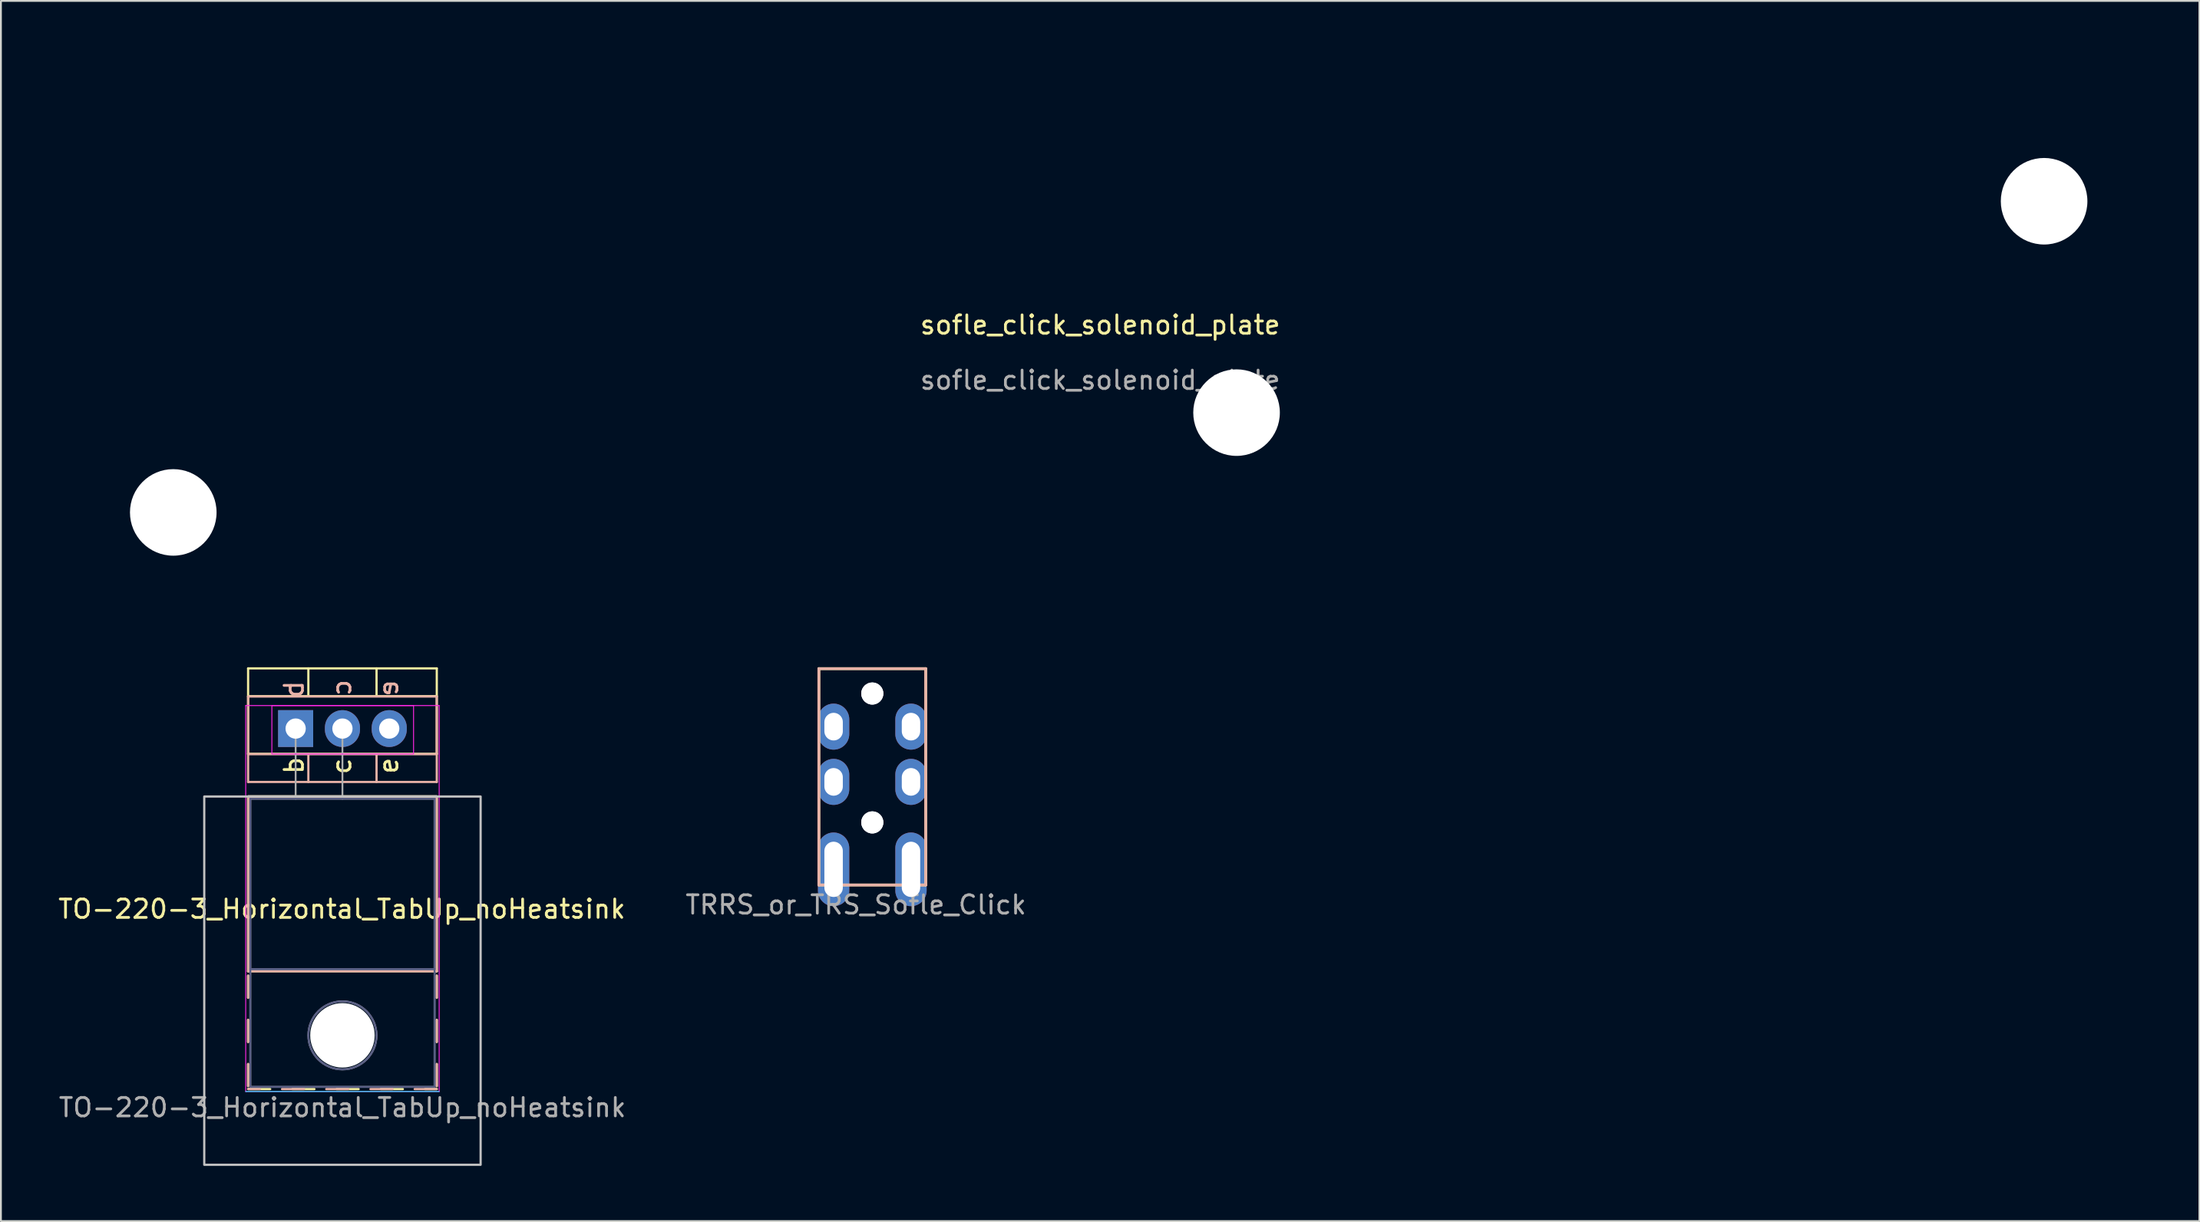
<source format=kicad_pcb>
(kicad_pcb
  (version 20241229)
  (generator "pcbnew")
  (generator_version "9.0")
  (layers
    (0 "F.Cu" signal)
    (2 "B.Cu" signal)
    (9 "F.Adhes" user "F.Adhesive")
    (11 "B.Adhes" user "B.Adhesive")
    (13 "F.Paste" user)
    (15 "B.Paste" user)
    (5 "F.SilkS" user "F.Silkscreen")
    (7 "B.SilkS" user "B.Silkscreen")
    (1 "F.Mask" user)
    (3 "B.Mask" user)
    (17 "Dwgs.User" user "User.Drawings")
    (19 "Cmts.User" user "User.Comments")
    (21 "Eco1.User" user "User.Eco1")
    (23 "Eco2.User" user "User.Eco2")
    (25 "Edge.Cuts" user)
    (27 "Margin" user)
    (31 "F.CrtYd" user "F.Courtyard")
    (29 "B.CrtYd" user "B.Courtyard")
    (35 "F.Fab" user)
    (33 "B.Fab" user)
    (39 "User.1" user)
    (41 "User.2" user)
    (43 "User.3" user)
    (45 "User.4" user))
  (footprint "sofle_click_solenoid_plate"
    (layer "F.Cu")
    (at 56.662 15.095)
    (property "Reference" "sofle_click_solenoid_plate" (at 0 -0.5 0) (unlocked yes) (layer "F.SilkS") (effects (font (size 1 1) (thickness 0.15))))
    (fp_line (start -56.608 6.985) (end -56.608 13.045) (stroke (width 0.1) (type default)) (layer "User.4"))
    (fp_line (start -55.743 5.241) (end -39.973 1.02) (stroke (width 0.1) (type default)) (layer "User.4"))
    (fp_line (start -54.608 15.045) (end -20.558 15.045) (stroke (width 0.1) (type solid)) (layer "User.4"))
    (fp_line (start 17.982 -13.045) (end 17.987 -0.89) (stroke (width 0.1) (type default)) (layer "User.4"))
    (fp_line (start 17.987 -0.89) (end -37.103 -0.887) (stroke (width 0.1) (type default)) (layer "User.4"))
    (fp_line (start 19.982 -15.045) (end 54.612 -15.015) (stroke (width 0.1) (type default)) (layer "User.4"))
    (fp_line (start 55.631 0.054) (end -20.558 15.045) (stroke (width 0.1) (type default)) (layer "User.4"))
    (fp_line (start 56.612 -13.015) (end 56.612 -1.115) (stroke (width 0.1) (type default)) (layer "User.4"))
    (fp_arc (start -56.611383 6.980072) (mid -56.388432 6.004907) (end -55.743188 5.240501) (stroke (width 0.1) (type default)) (layer "User.4"))
    (fp_arc (start -54.608425 15.04491) (mid -56.022639 14.459124) (end -56.608425 13.04491) (stroke (width 0.1) (type default)) (layer "User.4"))
    (fp_arc (start -38.758318 0.08825) (mid -39.272863 0.674931) (end -39.97273 1.020102) (stroke (width 0.1) (type default)) (layer "User.4"))
    (fp_arc (start -38.758318 0.08825) (mid -38.055295 -0.610789) (end -37.103154 -0.887057) (stroke (width 0.1) (type default)) (layer "User.4"))
    (fp_arc (start 17.981575 -13.04509) (mid 18.567361 -14.459304) (end 19.981575 -15.04509) (stroke (width 0.1) (type default)) (layer "User.4"))
    (fp_arc (start 54.611574 -15.015089) (mid 56.025788 -14.429303) (end 56.611574 -13.015089) (stroke (width 0.1) (type default)) (layer "User.4"))
    (fp_arc (start 56.611574 -1.11509) (mid 56.328674 -0.356809) (end 55.631421 0.054118) (stroke (width 0.1) (type default)) (layer "User.4"))
    (fp_text user "${REFERENCE}" (at 0 2.5 0) (unlocked yes) (layer "F.Fab") (effects (font (size 1 1) (thickness 0.15))))
    (pad "" np_thru_hole circle (at -50.308 9.685 90) (size 4.7 4.7) (drill 4.7) (layers "*.Cu" "*.Mask"))
    (pad "" np_thru_hole circle (at 7.402 4.265) (size 4.7 4.7) (drill 4.7) (layers "*.Cu" "*.Mask"))
    (pad "" np_thru_hole circle (at 51.232 -7.215) (size 4.7 4.7) (drill 4.7) (layers "*.Cu" "*.Mask")))
  (footprint "TO-220-3_Horizontal_TabUp_noHeatsink"
    (layer "F.Cu")
    (at 15.536 47.758)
    (property "Reference" "TO-220-3_Horizontal_TabUp_noHeatsink" (at -0.03 -1.438 0) (layer "F.SilkS") (effects (font (size 1 1) (thickness 0.15))))
    (attr through_hole)
    (fp_line (start -5.12 -14.508) (end -5.12 -9.867) (stroke (width 0.12) (type solid)) (layer "F.SilkS"))
    (fp_line (start -5.12 -14.508) (end 5.12 -14.508) (stroke (width 0.12) (type solid)) (layer "F.SilkS"))
    (fp_line (start -5.12 -12.998) (end 5.12 -12.998) (stroke (width 0.12) (type solid)) (layer "F.SilkS"))
    (fp_line (start -5.12 -9.867) (end 5.12 -9.867) (stroke (width 0.12) (type solid)) (layer "F.SilkS"))
    (fp_line (start -5.12 -7.548) (end -5.12 1.942) (stroke (width 0.12) (type solid)) (layer "F.SilkS"))
    (fp_line (start -5.12 -7.548) (end 5.12 -7.548) (stroke (width 0.12) (type solid)) (layer "F.SilkS"))
    (fp_line (start -5.12 -7.548) (end 5.12 -7.548) (stroke (width 0.12) (type solid)) (layer "F.SilkS"))
    (fp_line (start -5.12 1.942) (end 5.12 1.942) (stroke (width 0.12) (type solid)) (layer "F.SilkS"))
    (fp_line (start -5.12 2.183) (end -5.12 3.382) (stroke (width 0.12) (type solid)) (layer "F.SilkS"))
    (fp_line (start -5.12 4.582) (end -5.12 5.782) (stroke (width 0.12) (type solid)) (layer "F.SilkS"))
    (fp_line (start -5.12 6.982) (end -5.12 8.182) (stroke (width 0.12) (type solid)) (layer "F.SilkS"))
    (fp_line (start -5.12 8.342) (end -3.92 8.342) (stroke (width 0.12) (type solid)) (layer "F.SilkS"))
    (fp_line (start -2.721 8.342) (end -1.52 8.342) (stroke (width 0.12) (type solid)) (layer "F.SilkS"))
    (fp_line (start -1.85 -14.508) (end -1.85 -12.998) (stroke (width 0.12) (type solid)) (layer "F.SilkS"))
    (fp_line (start -0.32 8.342) (end 0.88 8.342) (stroke (width 0.12) (type solid)) (layer "F.SilkS"))
    (fp_line (start 1.851 -14.508) (end 1.851 -12.998) (stroke (width 0.12) (type solid)) (layer "F.SilkS"))
    (fp_line (start 2.08 8.342) (end 3.28 8.342) (stroke (width 0.12) (type solid)) (layer "F.SilkS"))
    (fp_line (start 4.48 8.342) (end 5.12 8.342) (stroke (width 0.12) (type solid)) (layer "F.SilkS"))
    (fp_line (start 5.12 -14.508) (end 5.12 -9.867) (stroke (width 0.12) (type solid)) (layer "F.SilkS"))
    (fp_line (start 5.12 -7.548) (end 5.12 1.942) (stroke (width 0.12) (type solid)) (layer "F.SilkS"))
    (fp_line (start 5.12 2.183) (end 5.12 3.382) (stroke (width 0.12) (type solid)) (layer "F.SilkS"))
    (fp_line (start 5.12 4.582) (end 5.12 5.782) (stroke (width 0.12) (type solid)) (layer "F.SilkS"))
    (fp_line (start 5.12 6.982) (end 5.12 8.182) (stroke (width 0.12) (type solid)) (layer "F.SilkS"))
    (fp_line (start -5.12 -12.98) (end 5.12 -12.98) (stroke (width 0.12) (type solid)) (layer "B.SilkS"))
    (fp_line (start -5.12 -9.849) (end 5.12 -9.849) (stroke (width 0.12) (type solid)) (layer "B.SilkS"))
    (fp_line (start -5.12 -8.339) (end -5.12 -12.98) (stroke (width 0.12) (type solid)) (layer "B.SilkS"))
    (fp_line (start -5.12 -8.339) (end 5.12 -8.339) (stroke (width 0.12) (type solid)) (layer "B.SilkS"))
    (fp_line (start -5.12 -7.548) (end -5.12 1.942) (stroke (width 0.12) (type solid)) (layer "B.SilkS"))
    (fp_line (start -5.12 2.183) (end -5.12 3.382) (stroke (width 0.12) (type solid)) (layer "B.SilkS"))
    (fp_line (start -5.12 4.582) (end -5.12 5.782) (stroke (width 0.12) (type solid)) (layer "B.SilkS"))
    (fp_line (start -5.12 6.982) (end -5.12 8.182) (stroke (width 0.12) (type solid)) (layer "B.SilkS"))
    (fp_line (start -4.48 8.342) (end -5.12 8.342) (stroke (width 0.12) (type solid)) (layer "B.SilkS"))
    (fp_line (start -2.08 8.342) (end -3.28 8.342) (stroke (width 0.12) (type solid)) (layer "B.SilkS"))
    (fp_line (start -1.85 -8.339) (end -1.85 -9.849) (stroke (width 0.12) (type solid)) (layer "B.SilkS"))
    (fp_line (start 0.32 8.342) (end -0.88 8.342) (stroke (width 0.12) (type solid)) (layer "B.SilkS"))
    (fp_line (start 1.851 -8.339) (end 1.851 -9.849) (stroke (width 0.12) (type solid)) (layer "B.SilkS"))
    (fp_line (start 2.721 8.342) (end 1.52 8.342) (stroke (width 0.12) (type solid)) (layer "B.SilkS"))
    (fp_line (start 5.12 -8.339) (end 5.12 -12.98) (stroke (width 0.12) (type solid)) (layer "B.SilkS"))
    (fp_line (start 5.12 -7.548) (end -5.12 -7.548) (stroke (width 0.12) (type solid)) (layer "B.SilkS"))
    (fp_line (start 5.12 -7.548) (end -5.12 -7.548) (stroke (width 0.12) (type solid)) (layer "B.SilkS"))
    (fp_line (start 5.12 -7.548) (end 5.12 1.942) (stroke (width 0.12) (type solid)) (layer "B.SilkS"))
    (fp_line (start 5.12 1.942) (end -5.12 1.942) (stroke (width 0.12) (type solid)) (layer "B.SilkS"))
    (fp_line (start 5.12 2.183) (end 5.12 3.382) (stroke (width 0.12) (type solid)) (layer "B.SilkS"))
    (fp_line (start 5.12 4.582) (end 5.12 5.782) (stroke (width 0.12) (type solid)) (layer "B.SilkS"))
    (fp_line (start 5.12 6.982) (end 5.12 8.182) (stroke (width 0.12) (type solid)) (layer "B.SilkS"))
    (fp_line (start 5.12 8.342) (end 3.92 8.342) (stroke (width 0.12) (type solid)) (layer "B.SilkS"))
    (fp_rect (start 7.5 12.453) (end -7.5 -7.548) (stroke (width 0.12) (type default)) (fill no) (layer "Dwgs.User"))
    (fp_line (start 5.25 8.473) (end -5.25 8.473) (stroke (width 0.05) (type solid)) (layer "B.CrtYd"))
    (fp_line (start -5.25 -12.488) (end -5.25 8.473) (stroke (width 0.05) (type solid)) (layer "F.CrtYd"))
    (fp_line (start -5.25 8.473) (end 5.25 8.473) (stroke (width 0.05) (type solid)) (layer "F.CrtYd"))
    (fp_line (start 5.25 -12.488) (end -5.25 -12.488) (stroke (width 0.05) (type solid)) (layer "F.CrtYd"))
    (fp_line (start 5.25 8.473) (end 5.25 -12.488) (stroke (width 0.05) (type solid)) (layer "F.CrtYd"))
    (fp_rect (start -3.83 -12.488) (end 3.86 -9.857) (stroke (width 0.05) (type default)) (fill no) (layer "F.CrtYd"))
    (fp_line (start -5 -7.428) (end 5 -7.428) (stroke (width 0.1) (type solid)) (layer "B.Fab"))
    (fp_line (start -5 1.823) (end -5 -7.428) (stroke (width 0.1) (type solid)) (layer "B.Fab"))
    (fp_line (start -5 1.823) (end 5 1.823) (stroke (width 0.1) (type solid)) (layer "B.Fab"))
    (fp_line (start -5 8.223) (end -5 1.823) (stroke (width 0.1) (type solid)) (layer "B.Fab"))
    (fp_line (start 5 -7.428) (end 5 1.823) (stroke (width 0.1) (type solid)) (layer "B.Fab"))
    (fp_line (start 5 1.823) (end -5 1.823) (stroke (width 0.1) (type solid)) (layer "B.Fab"))
    (fp_line (start 5 1.823) (end 5 8.223) (stroke (width 0.1) (type solid)) (layer "B.Fab"))
    (fp_line (start 5 8.223) (end -5 8.223) (stroke (width 0.1) (type solid)) (layer "B.Fab"))
    (fp_circle (center 0 5.423) (end -1.85 5.423) (stroke (width 0.1) (type solid)) (fill no) (layer "B.Fab"))
    (fp_line (start -5 -7.428) (end -5 1.823) (stroke (width 0.1) (type solid)) (layer "F.Fab"))
    (fp_line (start -5 1.823) (end -5 8.223) (stroke (width 0.1) (type solid)) (layer "F.Fab"))
    (fp_line (start -5 1.823) (end 5 1.823) (stroke (width 0.1) (type solid)) (layer "F.Fab"))
    (fp_line (start -5 8.223) (end 5 8.223) (stroke (width 0.1) (type solid)) (layer "F.Fab"))
    (fp_line (start -2.54 -7.428) (end -2.54 -11.238) (stroke (width 0.1) (type solid)) (layer "F.Fab"))
    (fp_line (start 0 -7.428) (end 0 -11.238) (stroke (width 0.1) (type solid)) (layer "F.Fab"))
    (fp_line (start 5 -7.428) (end -5 -7.428) (stroke (width 0.1) (type solid)) (layer "F.Fab"))
    (fp_line (start 5 1.823) (end -5 1.823) (stroke (width 0.1) (type solid)) (layer "F.Fab"))
    (fp_line (start 5 1.823) (end 5 -7.428) (stroke (width 0.1) (type solid)) (layer "F.Fab"))
    (fp_line (start 5 8.223) (end 5 1.823) (stroke (width 0.1) (type solid)) (layer "F.Fab"))
    (fp_circle (center 0 5.423) (end 1.85 5.423) (stroke (width 0.1) (type solid)) (fill no) (layer "F.Fab"))
    (fp_text user "e" (at 3.09 -9.75 90) (unlocked yes) (layer "F.SilkS") (effects (font (size 1 1) (thickness 0.15)) (justify right bottom)))
    (fp_text user "c" (at 0.54 -9.72 90) (unlocked yes) (layer "F.SilkS") (effects (font (size 1 1) (thickness 0.15)) (justify right bottom)))
    (fp_text user "b" (at -2.04 -9.78 90) (unlocked yes) (layer "F.SilkS") (effects (font (size 1 1) (thickness 0.15)) (justify right bottom)))
    (fp_text user "c" (at 0.54 -13.98 90) (unlocked yes) (layer "B.SilkS") (effects (font (size 1 1) (thickness 0.15)) (justify left bottom mirror)))
    (fp_text user "e" (at 3.09 -13.95 90) (unlocked yes) (layer "B.SilkS") (effects (font (size 1 1) (thickness 0.15)) (justify left bottom mirror)))
    (fp_text user "b" (at -2.04 -13.92 90) (unlocked yes) (layer "B.SilkS") (effects (font (size 1 1) (thickness 0.15)) (justify left bottom mirror)))
    (fp_text user "${REFERENCE}" (at 0 9.342 0) (layer "F.Fab") (effects (font (size 1 1) (thickness 0.15))))
    (pad "" np_thru_hole oval (at 0 5.423) (size 3.5 3.5) (drill 3.5) (layers "*.Cu" "*.Mask"))
    (pad "1" thru_hole rect (at -2.54 -11.238) (size 1.905 2) (drill 1.1) (layers "*.Cu" "*.Mask"))
    (pad "2" thru_hole oval (at 0 -11.238) (size 1.905 2) (drill 1.1) (layers "*.Cu" "*.Mask"))
    (pad "3" thru_hole oval (at 2.54 -11.238) (size 1.905 2) (drill 1.1) (layers "*.Cu" "*.Mask")))
  (footprint "TRRS_or_TRS_Sofle_Click"
    (layer "F.Cu")
    (at 44.294 39.678)
    (property "Reference" "TRRS_or_TRS_Sofle_Click" (at -0.889 6.413 0) (layer "F.Fab") (effects (font (size 1 1) (thickness 0.15))))
    (attr through_hole)
    (fp_line (start -2.9 -6.412) (end 2.9 -6.412) (stroke (width 0.15) (type solid)) (layer "F.SilkS"))
    (fp_line (start -2.9 5.338) (end -2.9 -6.412) (stroke (width 0.15) (type solid)) (layer "F.SilkS"))
    (fp_line (start 2.9 -6.412) (end 2.9 5.338) (stroke (width 0.15) (type solid)) (layer "F.SilkS"))
    (fp_line (start 2.9 5.338) (end -2.9 5.338) (stroke (width 0.15) (type solid)) (layer "F.SilkS"))
    (fp_line (start -2.9 -6.412) (end -2.9 5.338) (stroke (width 0.15) (type solid)) (layer "B.SilkS"))
    (fp_line (start -2.9 5.338) (end 2.9 5.338) (stroke (width 0.15) (type solid)) (layer "B.SilkS"))
    (fp_line (start 2.9 -6.412) (end -2.9 -6.412) (stroke (width 0.15) (type solid)) (layer "B.SilkS"))
    (fp_line (start 2.9 5.338) (end 2.9 -6.412) (stroke (width 0.15) (type solid)) (layer "B.SilkS"))
    (pad "" np_thru_hole circle (at 0 -5.062) (size 1.2 1.2) (drill 1.2) (layers "*.Cu" "*.Mask"))
    (pad "" np_thru_hole circle (at 0 -5.062) (size 1.2 1.2) (drill 1.2) (layers "*.Cu" "*.Mask"))
    (pad "" np_thru_hole circle (at 0 1.938) (size 1.2 1.2) (drill 1.2) (layers "*.Cu" "*.Mask"))
    (pad "" np_thru_hole circle (at 0 1.938) (size 1.2 1.2) (drill 1.2) (layers "*.Cu" "*.Mask"))
    (pad "1" thru_hole oval (at -2.1 4.487) (size 1.7 4) (drill oval 1 3) (layers "*.Cu" "B.Mask"))
    (pad "1" thru_hole oval (at 2.1 4.487) (size 1.7 4) (drill oval 1 3) (layers "*.Cu" "F.Mask"))
    (pad "2" thru_hole oval (at -2.1 -0.263) (size 1.7 2.5) (drill oval 1 1.5) (layers "*.Cu" "F.Mask"))
    (pad "2" thru_hole oval (at 2.1 -0.263) (size 1.7 2.5) (drill oval 1 1.5) (layers "*.Cu" "B.Mask"))
    (pad "3" thru_hole oval (at -2.1 -3.263) (size 1.7 2.5) (drill oval 1 1.5) (layers "*.Cu" "F.Mask"))
    (pad "3" thru_hole oval (at 2.1 -3.263) (size 1.7 2.5) (drill oval 1 1.5) (layers "*.Cu" "B.Mask")))
  (gr_rect
    (start -3 -3)
    (end 116.323 63.27)
    (stroke (width 0.1) (type default))
    (fill no)
    (layer "Edge.Cuts")))
</source>
